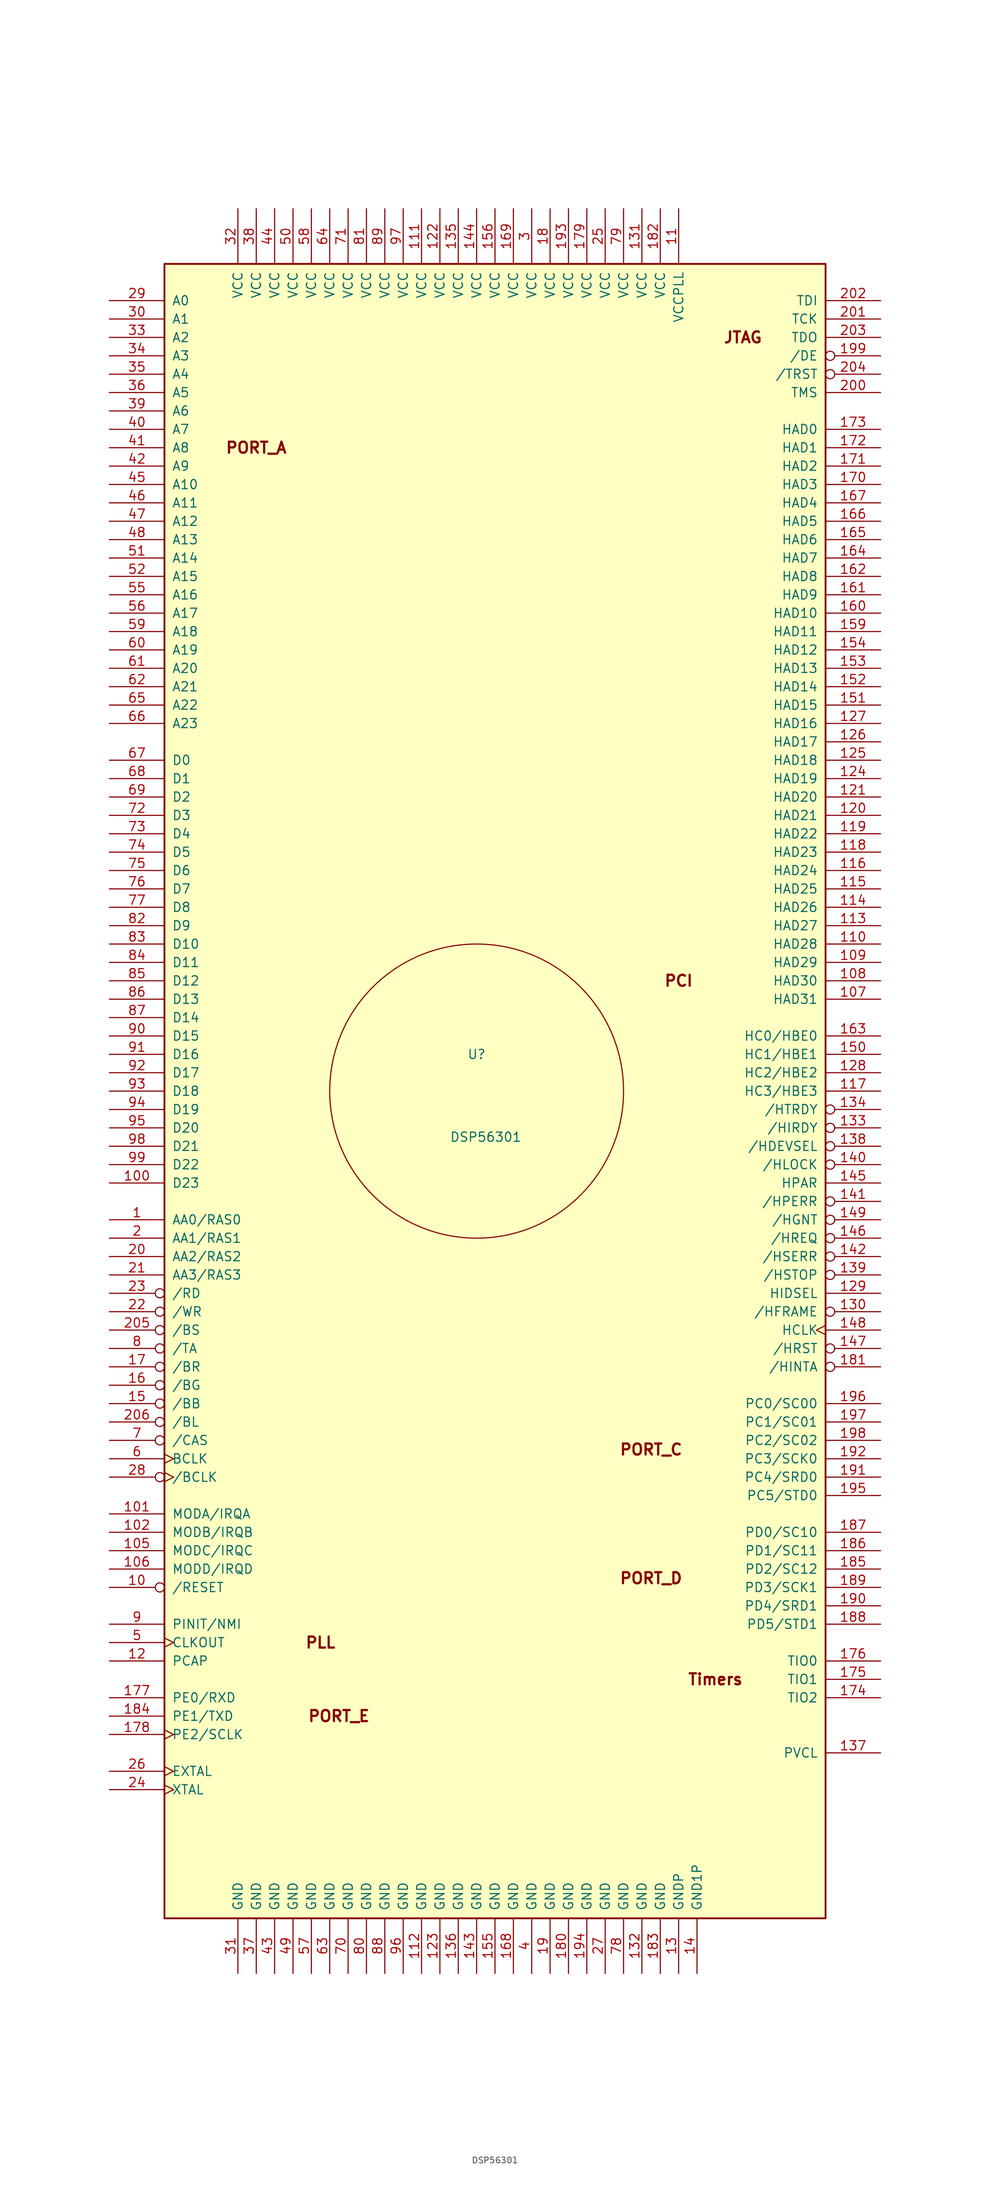
<source format=kicad_sym>
(kicad_symbol_lib
  (version 20201005)
  (generator kicad_symbol_editor)
  (symbol "DSP_Motorola:DSP56301"
    (pin_names
      (offset 1.016))
    (property "Reference" "U"
      (at 0 2.54 0)
      (effects (font (size 1.27 1.27))))
    (property "Value" "DSP56301"
      (at 1.27 -8.89 0)
      (effects (font (size 1.27 1.27))))
    (symbol "DSP56301_0_1"
      (circle (center 0 -2.54) (radius 20.32) (stroke (width 0)) (fill (type none)))
      (text "JTAG" (at 36.83 101.6 0) (effects (font (size 1.524 1.524) bold)))
      (text "PCI" (at 27.94 12.7 0) (effects (font (size 1.524 1.524) bold)))
      (text "PLL" (at -21.59 -78.74 0) (effects (font (size 1.524 1.524) bold)))
      (text "PORT_A" (at -30.48 86.36 0) (effects (font (size 1.524 1.524) bold)))
      (text "PORT_C" (at 24.13 -52.07 0) (effects (font (size 1.524 1.524) bold)))
      (text "PORT_D" (at 24.13 -69.85 0) (effects (font (size 1.524 1.524) bold)))
      (text "PORT_E" (at -19.05 -88.9 0) (effects (font (size 1.524 1.524) bold)))
      (text "Timers" (at 33.02 -83.82 0) (effects (font (size 1.524 1.524) bold)))
      (rectangle (start -43.18 111.76) (end 48.26 -116.84) (stroke (width 0.254)) (fill (type background))))
    (symbol "DSP56301_1_1"
      (pin output line (at -50.8 -20.32 0) (length 7.62) (name "AA0/RAS0" (effects (font (size 1.27 1.27)))) (number "1" (effects (font (size 1.27 1.27)))))
      (pin input inverted (at -50.8 -71.12 0) (length 7.62) (name "/RESET" (effects (font (size 1.27 1.27)))) (number "10" (effects (font (size 1.27 1.27)))))
      (pin bidirectional line (at -50.8 -15.24 0) (length 7.62) (name "D23" (effects (font (size 1.27 1.27)))) (number "100" (effects (font (size 1.27 1.27)))))
      (pin input line (at -50.8 -60.96 0) (length 7.62) (name "MODA/IRQA" (effects (font (size 1.27 1.27)))) (number "101" (effects (font (size 1.27 1.27)))))
      (pin input line (at -50.8 -63.5 0) (length 7.62) (name "MODB/IRQB" (effects (font (size 1.27 1.27)))) (number "102" (effects (font (size 1.27 1.27)))))
      (pin input line (at -50.8 -66.04 0) (length 7.62) (name "MODC/IRQC" (effects (font (size 1.27 1.27)))) (number "105" (effects (font (size 1.27 1.27)))))
      (pin input line (at -50.8 -68.58 0) (length 7.62) (name "MODD/IRQD" (effects (font (size 1.27 1.27)))) (number "106" (effects (font (size 1.27 1.27)))))
      (pin bidirectional line (at 55.88 10.16 180) (length 7.62) (name "HAD31" (effects (font (size 1.27 1.27)))) (number "107" (effects (font (size 1.27 1.27)))))
      (pin bidirectional line (at 55.88 12.7 180) (length 7.62) (name "HAD30" (effects (font (size 1.27 1.27)))) (number "108" (effects (font (size 1.27 1.27)))))
      (pin bidirectional line (at 55.88 15.24 180) (length 7.62) (name "HAD29" (effects (font (size 1.27 1.27)))) (number "109" (effects (font (size 1.27 1.27)))))
      (pin power_in line (at 27.94 119.38 270) (length 7.62) (name "VCCPLL" (effects (font (size 1.27 1.27)))) (number "11" (effects (font (size 1.27 1.27)))))
      (pin bidirectional line (at 55.88 17.78 180) (length 7.62) (name "HAD28" (effects (font (size 1.27 1.27)))) (number "110" (effects (font (size 1.27 1.27)))))
      (pin power_in line (at -7.62 119.38 270) (length 7.62) (name "VCC" (effects (font (size 1.27 1.27)))) (number "111" (effects (font (size 1.27 1.27)))))
      (pin power_in line (at -7.62 -124.46 90) (length 7.62) (name "GND" (effects (font (size 1.27 1.27)))) (number "112" (effects (font (size 1.27 1.27)))))
      (pin bidirectional line (at 55.88 20.32 180) (length 7.62) (name "HAD27" (effects (font (size 1.27 1.27)))) (number "113" (effects (font (size 1.27 1.27)))))
      (pin bidirectional line (at 55.88 22.86 180) (length 7.62) (name "HAD26" (effects (font (size 1.27 1.27)))) (number "114" (effects (font (size 1.27 1.27)))))
      (pin bidirectional line (at 55.88 25.4 180) (length 7.62) (name "HAD25" (effects (font (size 1.27 1.27)))) (number "115" (effects (font (size 1.27 1.27)))))
      (pin bidirectional line (at 55.88 27.94 180) (length 7.62) (name "HAD24" (effects (font (size 1.27 1.27)))) (number "116" (effects (font (size 1.27 1.27)))))
      (pin bidirectional line (at 55.88 -2.54 180) (length 7.62) (name "HC3/HBE3" (effects (font (size 1.27 1.27)))) (number "117" (effects (font (size 1.27 1.27)))))
      (pin bidirectional line (at 55.88 30.48 180) (length 7.62) (name "HAD23" (effects (font (size 1.27 1.27)))) (number "118" (effects (font (size 1.27 1.27)))))
      (pin bidirectional line (at 55.88 33.02 180) (length 7.62) (name "HAD22" (effects (font (size 1.27 1.27)))) (number "119" (effects (font (size 1.27 1.27)))))
      (pin input line (at -50.8 -81.28 0) (length 7.62) (name "PCAP" (effects (font (size 1.27 1.27)))) (number "12" (effects (font (size 1.27 1.27)))))
      (pin bidirectional line (at 55.88 35.56 180) (length 7.62) (name "HAD21" (effects (font (size 1.27 1.27)))) (number "120" (effects (font (size 1.27 1.27)))))
      (pin bidirectional line (at 55.88 38.1 180) (length 7.62) (name "HAD20" (effects (font (size 1.27 1.27)))) (number "121" (effects (font (size 1.27 1.27)))))
      (pin power_in line (at -5.08 119.38 270) (length 7.62) (name "VCC" (effects (font (size 1.27 1.27)))) (number "122" (effects (font (size 1.27 1.27)))))
      (pin power_in line (at -5.08 -124.46 90) (length 7.62) (name "GND" (effects (font (size 1.27 1.27)))) (number "123" (effects (font (size 1.27 1.27)))))
      (pin bidirectional line (at 55.88 40.64 180) (length 7.62) (name "HAD19" (effects (font (size 1.27 1.27)))) (number "124" (effects (font (size 1.27 1.27)))))
      (pin bidirectional line (at 55.88 43.18 180) (length 7.62) (name "HAD18" (effects (font (size 1.27 1.27)))) (number "125" (effects (font (size 1.27 1.27)))))
      (pin bidirectional line (at 55.88 45.72 180) (length 7.62) (name "HAD17" (effects (font (size 1.27 1.27)))) (number "126" (effects (font (size 1.27 1.27)))))
      (pin bidirectional line (at 55.88 48.26 180) (length 7.62) (name "HAD16" (effects (font (size 1.27 1.27)))) (number "127" (effects (font (size 1.27 1.27)))))
      (pin bidirectional line (at 55.88 0 180) (length 7.62) (name "HC2/HBE2" (effects (font (size 1.27 1.27)))) (number "128" (effects (font (size 1.27 1.27)))))
      (pin input line (at 55.88 -30.48 180) (length 7.62) (name "HIDSEL" (effects (font (size 1.27 1.27)))) (number "129" (effects (font (size 1.27 1.27)))))
      (pin power_in line (at 27.94 -124.46 90) (length 7.62) (name "GNDP" (effects (font (size 1.27 1.27)))) (number "13" (effects (font (size 1.27 1.27)))))
      (pin bidirectional inverted (at 55.88 -33.02 180) (length 7.62) (name "/HFRAME" (effects (font (size 1.27 1.27)))) (number "130" (effects (font (size 1.27 1.27)))))
      (pin power_in line (at 22.86 119.38 270) (length 7.62) (name "VCC" (effects (font (size 1.27 1.27)))) (number "131" (effects (font (size 1.27 1.27)))))
      (pin power_in line (at 22.86 -124.46 90) (length 7.62) (name "GND" (effects (font (size 1.27 1.27)))) (number "132" (effects (font (size 1.27 1.27)))))
      (pin bidirectional inverted (at 55.88 -7.62 180) (length 7.62) (name "/HIRDY" (effects (font (size 1.27 1.27)))) (number "133" (effects (font (size 1.27 1.27)))))
      (pin bidirectional inverted (at 55.88 -5.08 180) (length 7.62) (name "/HTRDY" (effects (font (size 1.27 1.27)))) (number "134" (effects (font (size 1.27 1.27)))))
      (pin power_in line (at -2.54 119.38 270) (length 7.62) (name "VCC" (effects (font (size 1.27 1.27)))) (number "135" (effects (font (size 1.27 1.27)))))
      (pin power_in line (at -2.54 -124.46 90) (length 7.62) (name "GND" (effects (font (size 1.27 1.27)))) (number "136" (effects (font (size 1.27 1.27)))))
      (pin input line (at 55.88 -93.98 180) (length 7.62) (name "PVCL" (effects (font (size 1.27 1.27)))) (number "137" (effects (font (size 1.27 1.27)))))
      (pin bidirectional inverted (at 55.88 -10.16 180) (length 7.62) (name "/HDEVSEL" (effects (font (size 1.27 1.27)))) (number "138" (effects (font (size 1.27 1.27)))))
      (pin bidirectional inverted (at 55.88 -27.94 180) (length 7.62) (name "/HSTOP" (effects (font (size 1.27 1.27)))) (number "139" (effects (font (size 1.27 1.27)))))
      (pin power_in line (at 30.48 -124.46 90) (length 7.62) (name "GND1P" (effects (font (size 1.27 1.27)))) (number "14" (effects (font (size 1.27 1.27)))))
      (pin bidirectional inverted (at 55.88 -12.7 180) (length 7.62) (name "/HLOCK" (effects (font (size 1.27 1.27)))) (number "140" (effects (font (size 1.27 1.27)))))
      (pin bidirectional inverted (at 55.88 -17.78 180) (length 7.62) (name "/HPERR" (effects (font (size 1.27 1.27)))) (number "141" (effects (font (size 1.27 1.27)))))
      (pin output inverted (at 55.88 -25.4 180) (length 7.62) (name "/HSERR" (effects (font (size 1.27 1.27)))) (number "142" (effects (font (size 1.27 1.27)))))
      (pin power_in line (at 0 -124.46 90) (length 7.62) (name "GND" (effects (font (size 1.27 1.27)))) (number "143" (effects (font (size 1.27 1.27)))))
      (pin power_in line (at 0 119.38 270) (length 7.62) (name "VCC" (effects (font (size 1.27 1.27)))) (number "144" (effects (font (size 1.27 1.27)))))
      (pin bidirectional line (at 55.88 -15.24 180) (length 7.62) (name "HPAR" (effects (font (size 1.27 1.27)))) (number "145" (effects (font (size 1.27 1.27)))))
      (pin output inverted (at 55.88 -22.86 180) (length 7.62) (name "/HREQ" (effects (font (size 1.27 1.27)))) (number "146" (effects (font (size 1.27 1.27)))))
      (pin input inverted (at 55.88 -38.1 180) (length 7.62) (name "/HRST" (effects (font (size 1.27 1.27)))) (number "147" (effects (font (size 1.27 1.27)))))
      (pin input clock (at 55.88 -35.56 180) (length 7.62) (name "HCLK" (effects (font (size 1.27 1.27)))) (number "148" (effects (font (size 1.27 1.27)))))
      (pin input inverted (at 55.88 -20.32 180) (length 7.62) (name "/HGNT" (effects (font (size 1.27 1.27)))) (number "149" (effects (font (size 1.27 1.27)))))
      (pin bidirectional inverted (at -50.8 -45.72 0) (length 7.62) (name "/BB" (effects (font (size 1.27 1.27)))) (number "15" (effects (font (size 1.27 1.27)))))
      (pin bidirectional line (at 55.88 2.54 180) (length 7.62) (name "HC1/HBE1" (effects (font (size 1.27 1.27)))) (number "150" (effects (font (size 1.27 1.27)))))
      (pin bidirectional line (at 55.88 50.8 180) (length 7.62) (name "HAD15" (effects (font (size 1.27 1.27)))) (number "151" (effects (font (size 1.27 1.27)))))
      (pin bidirectional line (at 55.88 53.34 180) (length 7.62) (name "HAD14" (effects (font (size 1.27 1.27)))) (number "152" (effects (font (size 1.27 1.27)))))
      (pin bidirectional line (at 55.88 55.88 180) (length 7.62) (name "HAD13" (effects (font (size 1.27 1.27)))) (number "153" (effects (font (size 1.27 1.27)))))
      (pin bidirectional line (at 55.88 58.42 180) (length 7.62) (name "HAD12" (effects (font (size 1.27 1.27)))) (number "154" (effects (font (size 1.27 1.27)))))
      (pin power_in line (at 2.54 -124.46 90) (length 7.62) (name "GND" (effects (font (size 1.27 1.27)))) (number "155" (effects (font (size 1.27 1.27)))))
      (pin power_in line (at 2.54 119.38 270) (length 7.62) (name "VCC" (effects (font (size 1.27 1.27)))) (number "156" (effects (font (size 1.27 1.27)))))
      (pin bidirectional line (at 55.88 60.96 180) (length 7.62) (name "HAD11" (effects (font (size 1.27 1.27)))) (number "159" (effects (font (size 1.27 1.27)))))
      (pin input inverted (at -50.8 -43.18 0) (length 7.62) (name "/BG" (effects (font (size 1.27 1.27)))) (number "16" (effects (font (size 1.27 1.27)))))
      (pin bidirectional line (at 55.88 63.5 180) (length 7.62) (name "HAD10" (effects (font (size 1.27 1.27)))) (number "160" (effects (font (size 1.27 1.27)))))
      (pin bidirectional line (at 55.88 66.04 180) (length 7.62) (name "HAD9" (effects (font (size 1.27 1.27)))) (number "161" (effects (font (size 1.27 1.27)))))
      (pin bidirectional line (at 55.88 68.58 180) (length 7.62) (name "HAD8" (effects (font (size 1.27 1.27)))) (number "162" (effects (font (size 1.27 1.27)))))
      (pin bidirectional line (at 55.88 5.08 180) (length 7.62) (name "HC0/HBE0" (effects (font (size 1.27 1.27)))) (number "163" (effects (font (size 1.27 1.27)))))
      (pin bidirectional line (at 55.88 71.12 180) (length 7.62) (name "HAD7" (effects (font (size 1.27 1.27)))) (number "164" (effects (font (size 1.27 1.27)))))
      (pin bidirectional line (at 55.88 73.66 180) (length 7.62) (name "HAD6" (effects (font (size 1.27 1.27)))) (number "165" (effects (font (size 1.27 1.27)))))
      (pin bidirectional line (at 55.88 76.2 180) (length 7.62) (name "HAD5" (effects (font (size 1.27 1.27)))) (number "166" (effects (font (size 1.27 1.27)))))
      (pin bidirectional line (at 55.88 78.74 180) (length 7.62) (name "HAD4" (effects (font (size 1.27 1.27)))) (number "167" (effects (font (size 1.27 1.27)))))
      (pin power_in line (at 5.08 -124.46 90) (length 7.62) (name "GND" (effects (font (size 1.27 1.27)))) (number "168" (effects (font (size 1.27 1.27)))))
      (pin power_in line (at 5.08 119.38 270) (length 7.62) (name "VCC" (effects (font (size 1.27 1.27)))) (number "169" (effects (font (size 1.27 1.27)))))
      (pin output inverted (at -50.8 -40.64 0) (length 7.62) (name "/BR" (effects (font (size 1.27 1.27)))) (number "17" (effects (font (size 1.27 1.27)))))
      (pin bidirectional line (at 55.88 81.28 180) (length 7.62) (name "HAD3" (effects (font (size 1.27 1.27)))) (number "170" (effects (font (size 1.27 1.27)))))
      (pin bidirectional line (at 55.88 83.82 180) (length 7.62) (name "HAD2" (effects (font (size 1.27 1.27)))) (number "171" (effects (font (size 1.27 1.27)))))
      (pin bidirectional line (at 55.88 86.36 180) (length 7.62) (name "HAD1" (effects (font (size 1.27 1.27)))) (number "172" (effects (font (size 1.27 1.27)))))
      (pin bidirectional line (at 55.88 88.9 180) (length 7.62) (name "HAD0" (effects (font (size 1.27 1.27)))) (number "173" (effects (font (size 1.27 1.27)))))
      (pin bidirectional line (at 55.88 -86.36 180) (length 7.62) (name "TIO2" (effects (font (size 1.27 1.27)))) (number "174" (effects (font (size 1.27 1.27)))))
      (pin bidirectional line (at 55.88 -83.82 180) (length 7.62) (name "TIO1" (effects (font (size 1.27 1.27)))) (number "175" (effects (font (size 1.27 1.27)))))
      (pin bidirectional line (at 55.88 -81.28 180) (length 7.62) (name "TIO0" (effects (font (size 1.27 1.27)))) (number "176" (effects (font (size 1.27 1.27)))))
      (pin bidirectional line (at -50.8 -86.36 0) (length 7.62) (name "PE0/RXD" (effects (font (size 1.27 1.27)))) (number "177" (effects (font (size 1.27 1.27)))))
      (pin bidirectional clock (at -50.8 -91.44 0) (length 7.62) (name "PE2/SCLK" (effects (font (size 1.27 1.27)))) (number "178" (effects (font (size 1.27 1.27)))))
      (pin power_in line (at 15.24 119.38 270) (length 7.62) (name "VCC" (effects (font (size 1.27 1.27)))) (number "179" (effects (font (size 1.27 1.27)))))
      (pin power_in line (at 10.16 119.38 270) (length 7.62) (name "VCC" (effects (font (size 1.27 1.27)))) (number "18" (effects (font (size 1.27 1.27)))))
      (pin power_in line (at 12.7 -124.46 90) (length 7.62) (name "GND" (effects (font (size 1.27 1.27)))) (number "180" (effects (font (size 1.27 1.27)))))
      (pin output inverted (at 55.88 -40.64 180) (length 7.62) (name "/HINTA" (effects (font (size 1.27 1.27)))) (number "181" (effects (font (size 1.27 1.27)))))
      (pin power_in line (at 25.4 119.38 270) (length 7.62) (name "VCC" (effects (font (size 1.27 1.27)))) (number "182" (effects (font (size 1.27 1.27)))))
      (pin power_in line (at 25.4 -124.46 90) (length 7.62) (name "GND" (effects (font (size 1.27 1.27)))) (number "183" (effects (font (size 1.27 1.27)))))
      (pin bidirectional line (at -50.8 -88.9 0) (length 7.62) (name "PE1/TXD" (effects (font (size 1.27 1.27)))) (number "184" (effects (font (size 1.27 1.27)))))
      (pin bidirectional line (at 55.88 -68.58 180) (length 7.62) (name "PD2/SC12" (effects (font (size 1.27 1.27)))) (number "185" (effects (font (size 1.27 1.27)))))
      (pin bidirectional line (at 55.88 -66.04 180) (length 7.62) (name "PD1/SC11" (effects (font (size 1.27 1.27)))) (number "186" (effects (font (size 1.27 1.27)))))
      (pin bidirectional line (at 55.88 -63.5 180) (length 7.62) (name "PD0/SC10" (effects (font (size 1.27 1.27)))) (number "187" (effects (font (size 1.27 1.27)))))
      (pin bidirectional line (at 55.88 -76.2 180) (length 7.62) (name "PD5/STD1" (effects (font (size 1.27 1.27)))) (number "188" (effects (font (size 1.27 1.27)))))
      (pin bidirectional line (at 55.88 -71.12 180) (length 7.62) (name "PD3/SCK1" (effects (font (size 1.27 1.27)))) (number "189" (effects (font (size 1.27 1.27)))))
      (pin power_in line (at 10.16 -124.46 90) (length 7.62) (name "GND" (effects (font (size 1.27 1.27)))) (number "19" (effects (font (size 1.27 1.27)))))
      (pin bidirectional line (at 55.88 -73.66 180) (length 7.62) (name "PD4/SRD1" (effects (font (size 1.27 1.27)))) (number "190" (effects (font (size 1.27 1.27)))))
      (pin bidirectional line (at 55.88 -55.88 180) (length 7.62) (name "PC4/SRD0" (effects (font (size 1.27 1.27)))) (number "191" (effects (font (size 1.27 1.27)))))
      (pin bidirectional line (at 55.88 -53.34 180) (length 7.62) (name "PC3/SCK0" (effects (font (size 1.27 1.27)))) (number "192" (effects (font (size 1.27 1.27)))))
      (pin power_in line (at 12.7 119.38 270) (length 7.62) (name "VCC" (effects (font (size 1.27 1.27)))) (number "193" (effects (font (size 1.27 1.27)))))
      (pin power_in line (at 15.24 -124.46 90) (length 7.62) (name "GND" (effects (font (size 1.27 1.27)))) (number "194" (effects (font (size 1.27 1.27)))))
      (pin bidirectional line (at 55.88 -58.42 180) (length 7.62) (name "PC5/STD0" (effects (font (size 1.27 1.27)))) (number "195" (effects (font (size 1.27 1.27)))))
      (pin bidirectional line (at 55.88 -45.72 180) (length 7.62) (name "PC0/SC00" (effects (font (size 1.27 1.27)))) (number "196" (effects (font (size 1.27 1.27)))))
      (pin bidirectional line (at 55.88 -48.26 180) (length 7.62) (name "PC1/SC01" (effects (font (size 1.27 1.27)))) (number "197" (effects (font (size 1.27 1.27)))))
      (pin bidirectional line (at 55.88 -50.8 180) (length 7.62) (name "PC2/SC02" (effects (font (size 1.27 1.27)))) (number "198" (effects (font (size 1.27 1.27)))))
      (pin output inverted (at 55.88 99.06 180) (length 7.62) (name "/DE" (effects (font (size 1.27 1.27)))) (number "199" (effects (font (size 1.27 1.27)))))
      (pin output line (at -50.8 -22.86 0) (length 7.62) (name "AA1/RAS1" (effects (font (size 1.27 1.27)))) (number "2" (effects (font (size 1.27 1.27)))))
      (pin output line (at -50.8 -25.4 0) (length 7.62) (name "AA2/RAS2" (effects (font (size 1.27 1.27)))) (number "20" (effects (font (size 1.27 1.27)))))
      (pin input line (at 55.88 93.98 180) (length 7.62) (name "TMS" (effects (font (size 1.27 1.27)))) (number "200" (effects (font (size 1.27 1.27)))))
      (pin input line (at 55.88 104.14 180) (length 7.62) (name "TCK" (effects (font (size 1.27 1.27)))) (number "201" (effects (font (size 1.27 1.27)))))
      (pin input line (at 55.88 106.68 180) (length 7.62) (name "TDI" (effects (font (size 1.27 1.27)))) (number "202" (effects (font (size 1.27 1.27)))))
      (pin output line (at 55.88 101.6 180) (length 7.62) (name "TDO" (effects (font (size 1.27 1.27)))) (number "203" (effects (font (size 1.27 1.27)))))
      (pin input inverted (at 55.88 96.52 180) (length 7.62) (name "/TRST" (effects (font (size 1.27 1.27)))) (number "204" (effects (font (size 1.27 1.27)))))
      (pin output inverted (at -50.8 -35.56 0) (length 7.62) (name "/BS" (effects (font (size 1.27 1.27)))) (number "205" (effects (font (size 1.27 1.27)))))
      (pin output inverted (at -50.8 -48.26 0) (length 7.62) (name "/BL" (effects (font (size 1.27 1.27)))) (number "206" (effects (font (size 1.27 1.27)))))
      (pin output line (at -50.8 -27.94 0) (length 7.62) (name "AA3/RAS3" (effects (font (size 1.27 1.27)))) (number "21" (effects (font (size 1.27 1.27)))))
      (pin output inverted (at -50.8 -33.02 0) (length 7.62) (name "/WR" (effects (font (size 1.27 1.27)))) (number "22" (effects (font (size 1.27 1.27)))))
      (pin output inverted (at -50.8 -30.48 0) (length 7.62) (name "/RD" (effects (font (size 1.27 1.27)))) (number "23" (effects (font (size 1.27 1.27)))))
      (pin output clock (at -50.8 -99.06 0) (length 7.62) (name "XTAL" (effects (font (size 1.27 1.27)))) (number "24" (effects (font (size 1.27 1.27)))))
      (pin power_in line (at 17.78 119.38 270) (length 7.62) (name "VCC" (effects (font (size 1.27 1.27)))) (number "25" (effects (font (size 1.27 1.27)))))
      (pin input clock (at -50.8 -96.52 0) (length 7.62) (name "EXTAL" (effects (font (size 1.27 1.27)))) (number "26" (effects (font (size 1.27 1.27)))))
      (pin power_in line (at 17.78 -124.46 90) (length 7.62) (name "GND" (effects (font (size 1.27 1.27)))) (number "27" (effects (font (size 1.27 1.27)))))
      (pin output inverted_clock (at -50.8 -55.88 0) (length 7.62) (name "/BCLK" (effects (font (size 1.27 1.27)))) (number "28" (effects (font (size 1.27 1.27)))))
      (pin output line (at -50.8 106.68 0) (length 7.62) (name "A0" (effects (font (size 1.27 1.27)))) (number "29" (effects (font (size 1.27 1.27)))))
      (pin power_in line (at 7.62 119.38 270) (length 7.62) (name "VCC" (effects (font (size 1.27 1.27)))) (number "3" (effects (font (size 1.27 1.27)))))
      (pin output line (at -50.8 104.14 0) (length 7.62) (name "A1" (effects (font (size 1.27 1.27)))) (number "30" (effects (font (size 1.27 1.27)))))
      (pin power_in line (at -33.02 -124.46 90) (length 7.62) (name "GND" (effects (font (size 1.27 1.27)))) (number "31" (effects (font (size 1.27 1.27)))))
      (pin power_in line (at -33.02 119.38 270) (length 7.62) (name "VCC" (effects (font (size 1.27 1.27)))) (number "32" (effects (font (size 1.27 1.27)))))
      (pin output line (at -50.8 101.6 0) (length 7.62) (name "A2" (effects (font (size 1.27 1.27)))) (number "33" (effects (font (size 1.27 1.27)))))
      (pin output line (at -50.8 99.06 0) (length 7.62) (name "A3" (effects (font (size 1.27 1.27)))) (number "34" (effects (font (size 1.27 1.27)))))
      (pin output line (at -50.8 96.52 0) (length 7.62) (name "A4" (effects (font (size 1.27 1.27)))) (number "35" (effects (font (size 1.27 1.27)))))
      (pin output line (at -50.8 93.98 0) (length 7.62) (name "A5" (effects (font (size 1.27 1.27)))) (number "36" (effects (font (size 1.27 1.27)))))
      (pin power_in line (at -30.48 -124.46 90) (length 7.62) (name "GND" (effects (font (size 1.27 1.27)))) (number "37" (effects (font (size 1.27 1.27)))))
      (pin power_in line (at -30.48 119.38 270) (length 7.62) (name "VCC" (effects (font (size 1.27 1.27)))) (number "38" (effects (font (size 1.27 1.27)))))
      (pin output line (at -50.8 91.44 0) (length 7.62) (name "A6" (effects (font (size 1.27 1.27)))) (number "39" (effects (font (size 1.27 1.27)))))
      (pin power_in line (at 7.62 -124.46 90) (length 7.62) (name "GND" (effects (font (size 1.27 1.27)))) (number "4" (effects (font (size 1.27 1.27)))))
      (pin output line (at -50.8 88.9 0) (length 7.62) (name "A7" (effects (font (size 1.27 1.27)))) (number "40" (effects (font (size 1.27 1.27)))))
      (pin output line (at -50.8 86.36 0) (length 7.62) (name "A8" (effects (font (size 1.27 1.27)))) (number "41" (effects (font (size 1.27 1.27)))))
      (pin output line (at -50.8 83.82 0) (length 7.62) (name "A9" (effects (font (size 1.27 1.27)))) (number "42" (effects (font (size 1.27 1.27)))))
      (pin power_in line (at -27.94 -124.46 90) (length 7.62) (name "GND" (effects (font (size 1.27 1.27)))) (number "43" (effects (font (size 1.27 1.27)))))
      (pin power_in line (at -27.94 119.38 270) (length 7.62) (name "VCC" (effects (font (size 1.27 1.27)))) (number "44" (effects (font (size 1.27 1.27)))))
      (pin output line (at -50.8 81.28 0) (length 7.62) (name "A10" (effects (font (size 1.27 1.27)))) (number "45" (effects (font (size 1.27 1.27)))))
      (pin output line (at -50.8 78.74 0) (length 7.62) (name "A11" (effects (font (size 1.27 1.27)))) (number "46" (effects (font (size 1.27 1.27)))))
      (pin output line (at -50.8 76.2 0) (length 7.62) (name "A12" (effects (font (size 1.27 1.27)))) (number "47" (effects (font (size 1.27 1.27)))))
      (pin output line (at -50.8 73.66 0) (length 7.62) (name "A13" (effects (font (size 1.27 1.27)))) (number "48" (effects (font (size 1.27 1.27)))))
      (pin power_in line (at -25.4 -124.46 90) (length 7.62) (name "GND" (effects (font (size 1.27 1.27)))) (number "49" (effects (font (size 1.27 1.27)))))
      (pin output clock (at -50.8 -78.74 0) (length 7.62) (name "CLKOUT" (effects (font (size 1.27 1.27)))) (number "5" (effects (font (size 1.27 1.27)))))
      (pin power_in line (at -25.4 119.38 270) (length 7.62) (name "VCC" (effects (font (size 1.27 1.27)))) (number "50" (effects (font (size 1.27 1.27)))))
      (pin output line (at -50.8 71.12 0) (length 7.62) (name "A14" (effects (font (size 1.27 1.27)))) (number "51" (effects (font (size 1.27 1.27)))))
      (pin output line (at -50.8 68.58 0) (length 7.62) (name "A15" (effects (font (size 1.27 1.27)))) (number "52" (effects (font (size 1.27 1.27)))))
      (pin output line (at -50.8 66.04 0) (length 7.62) (name "A16" (effects (font (size 1.27 1.27)))) (number "55" (effects (font (size 1.27 1.27)))))
      (pin output line (at -50.8 63.5 0) (length 7.62) (name "A17" (effects (font (size 1.27 1.27)))) (number "56" (effects (font (size 1.27 1.27)))))
      (pin power_in line (at -22.86 -124.46 90) (length 7.62) (name "GND" (effects (font (size 1.27 1.27)))) (number "57" (effects (font (size 1.27 1.27)))))
      (pin power_in line (at -22.86 119.38 270) (length 7.62) (name "VCC" (effects (font (size 1.27 1.27)))) (number "58" (effects (font (size 1.27 1.27)))))
      (pin output line (at -50.8 60.96 0) (length 7.62) (name "A18" (effects (font (size 1.27 1.27)))) (number "59" (effects (font (size 1.27 1.27)))))
      (pin output clock (at -50.8 -53.34 0) (length 7.62) (name "BCLK" (effects (font (size 1.27 1.27)))) (number "6" (effects (font (size 1.27 1.27)))))
      (pin output line (at -50.8 58.42 0) (length 7.62) (name "A19" (effects (font (size 1.27 1.27)))) (number "60" (effects (font (size 1.27 1.27)))))
      (pin output line (at -50.8 55.88 0) (length 7.62) (name "A20" (effects (font (size 1.27 1.27)))) (number "61" (effects (font (size 1.27 1.27)))))
      (pin output line (at -50.8 53.34 0) (length 7.62) (name "A21" (effects (font (size 1.27 1.27)))) (number "62" (effects (font (size 1.27 1.27)))))
      (pin power_in line (at -20.32 -124.46 90) (length 7.62) (name "GND" (effects (font (size 1.27 1.27)))) (number "63" (effects (font (size 1.27 1.27)))))
      (pin power_in line (at -20.32 119.38 270) (length 7.62) (name "VCC" (effects (font (size 1.27 1.27)))) (number "64" (effects (font (size 1.27 1.27)))))
      (pin output line (at -50.8 50.8 0) (length 7.62) (name "A22" (effects (font (size 1.27 1.27)))) (number "65" (effects (font (size 1.27 1.27)))))
      (pin output line (at -50.8 48.26 0) (length 7.62) (name "A23" (effects (font (size 1.27 1.27)))) (number "66" (effects (font (size 1.27 1.27)))))
      (pin bidirectional line (at -50.8 43.18 0) (length 7.62) (name "D0" (effects (font (size 1.27 1.27)))) (number "67" (effects (font (size 1.27 1.27)))))
      (pin bidirectional line (at -50.8 40.64 0) (length 7.62) (name "D1" (effects (font (size 1.27 1.27)))) (number "68" (effects (font (size 1.27 1.27)))))
      (pin bidirectional line (at -50.8 38.1 0) (length 7.62) (name "D2" (effects (font (size 1.27 1.27)))) (number "69" (effects (font (size 1.27 1.27)))))
      (pin output inverted (at -50.8 -50.8 0) (length 7.62) (name "/CAS" (effects (font (size 1.27 1.27)))) (number "7" (effects (font (size 1.27 1.27)))))
      (pin power_in line (at -17.78 -124.46 90) (length 7.62) (name "GND" (effects (font (size 1.27 1.27)))) (number "70" (effects (font (size 1.27 1.27)))))
      (pin power_in line (at -17.78 119.38 270) (length 7.62) (name "VCC" (effects (font (size 1.27 1.27)))) (number "71" (effects (font (size 1.27 1.27)))))
      (pin bidirectional line (at -50.8 35.56 0) (length 7.62) (name "D3" (effects (font (size 1.27 1.27)))) (number "72" (effects (font (size 1.27 1.27)))))
      (pin bidirectional line (at -50.8 33.02 0) (length 7.62) (name "D4" (effects (font (size 1.27 1.27)))) (number "73" (effects (font (size 1.27 1.27)))))
      (pin bidirectional line (at -50.8 30.48 0) (length 7.62) (name "D5" (effects (font (size 1.27 1.27)))) (number "74" (effects (font (size 1.27 1.27)))))
      (pin bidirectional line (at -50.8 27.94 0) (length 7.62) (name "D6" (effects (font (size 1.27 1.27)))) (number "75" (effects (font (size 1.27 1.27)))))
      (pin bidirectional line (at -50.8 25.4 0) (length 7.62) (name "D7" (effects (font (size 1.27 1.27)))) (number "76" (effects (font (size 1.27 1.27)))))
      (pin bidirectional line (at -50.8 22.86 0) (length 7.62) (name "D8" (effects (font (size 1.27 1.27)))) (number "77" (effects (font (size 1.27 1.27)))))
      (pin power_in line (at 20.32 -124.46 90) (length 7.62) (name "GND" (effects (font (size 1.27 1.27)))) (number "78" (effects (font (size 1.27 1.27)))))
      (pin power_in line (at 20.32 119.38 270) (length 7.62) (name "VCC" (effects (font (size 1.27 1.27)))) (number "79" (effects (font (size 1.27 1.27)))))
      (pin input inverted (at -50.8 -38.1 0) (length 7.62) (name "/TA" (effects (font (size 1.27 1.27)))) (number "8" (effects (font (size 1.27 1.27)))))
      (pin power_in line (at -15.24 -124.46 90) (length 7.62) (name "GND" (effects (font (size 1.27 1.27)))) (number "80" (effects (font (size 1.27 1.27)))))
      (pin power_in line (at -15.24 119.38 270) (length 7.62) (name "VCC" (effects (font (size 1.27 1.27)))) (number "81" (effects (font (size 1.27 1.27)))))
      (pin bidirectional line (at -50.8 20.32 0) (length 7.62) (name "D9" (effects (font (size 1.27 1.27)))) (number "82" (effects (font (size 1.27 1.27)))))
      (pin bidirectional line (at -50.8 17.78 0) (length 7.62) (name "D10" (effects (font (size 1.27 1.27)))) (number "83" (effects (font (size 1.27 1.27)))))
      (pin bidirectional line (at -50.8 15.24 0) (length 7.62) (name "D11" (effects (font (size 1.27 1.27)))) (number "84" (effects (font (size 1.27 1.27)))))
      (pin bidirectional line (at -50.8 12.7 0) (length 7.62) (name "D12" (effects (font (size 1.27 1.27)))) (number "85" (effects (font (size 1.27 1.27)))))
      (pin bidirectional line (at -50.8 10.16 0) (length 7.62) (name "D13" (effects (font (size 1.27 1.27)))) (number "86" (effects (font (size 1.27 1.27)))))
      (pin bidirectional line (at -50.8 7.62 0) (length 7.62) (name "D14" (effects (font (size 1.27 1.27)))) (number "87" (effects (font (size 1.27 1.27)))))
      (pin power_in line (at -12.7 -124.46 90) (length 7.62) (name "GND" (effects (font (size 1.27 1.27)))) (number "88" (effects (font (size 1.27 1.27)))))
      (pin power_in line (at -12.7 119.38 270) (length 7.62) (name "VCC" (effects (font (size 1.27 1.27)))) (number "89" (effects (font (size 1.27 1.27)))))
      (pin input line (at -50.8 -76.2 0) (length 7.62) (name "PINIT/NMI" (effects (font (size 1.27 1.27)))) (number "9" (effects (font (size 1.27 1.27)))))
      (pin bidirectional line (at -50.8 5.08 0) (length 7.62) (name "D15" (effects (font (size 1.27 1.27)))) (number "90" (effects (font (size 1.27 1.27)))))
      (pin bidirectional line (at -50.8 2.54 0) (length 7.62) (name "D16" (effects (font (size 1.27 1.27)))) (number "91" (effects (font (size 1.27 1.27)))))
      (pin bidirectional line (at -50.8 0 0) (length 7.62) (name "D17" (effects (font (size 1.27 1.27)))) (number "92" (effects (font (size 1.27 1.27)))))
      (pin bidirectional line (at -50.8 -2.54 0) (length 7.62) (name "D18" (effects (font (size 1.27 1.27)))) (number "93" (effects (font (size 1.27 1.27)))))
      (pin bidirectional line (at -50.8 -5.08 0) (length 7.62) (name "D19" (effects (font (size 1.27 1.27)))) (number "94" (effects (font (size 1.27 1.27)))))
      (pin bidirectional line (at -50.8 -7.62 0) (length 7.62) (name "D20" (effects (font (size 1.27 1.27)))) (number "95" (effects (font (size 1.27 1.27)))))
      (pin power_in line (at -10.16 -124.46 90) (length 7.62) (name "GND" (effects (font (size 1.27 1.27)))) (number "96" (effects (font (size 1.27 1.27)))))
      (pin power_in line (at -10.16 119.38 270) (length 7.62) (name "VCC" (effects (font (size 1.27 1.27)))) (number "97" (effects (font (size 1.27 1.27)))))
      (pin bidirectional line (at -50.8 -10.16 0) (length 7.62) (name "D21" (effects (font (size 1.27 1.27)))) (number "98" (effects (font (size 1.27 1.27)))))
      (pin bidirectional line (at -50.8 -12.7 0) (length 7.62) (name "D22" (effects (font (size 1.27 1.27)))) (number "99" (effects (font (size 1.27 1.27))))))))
</source>
